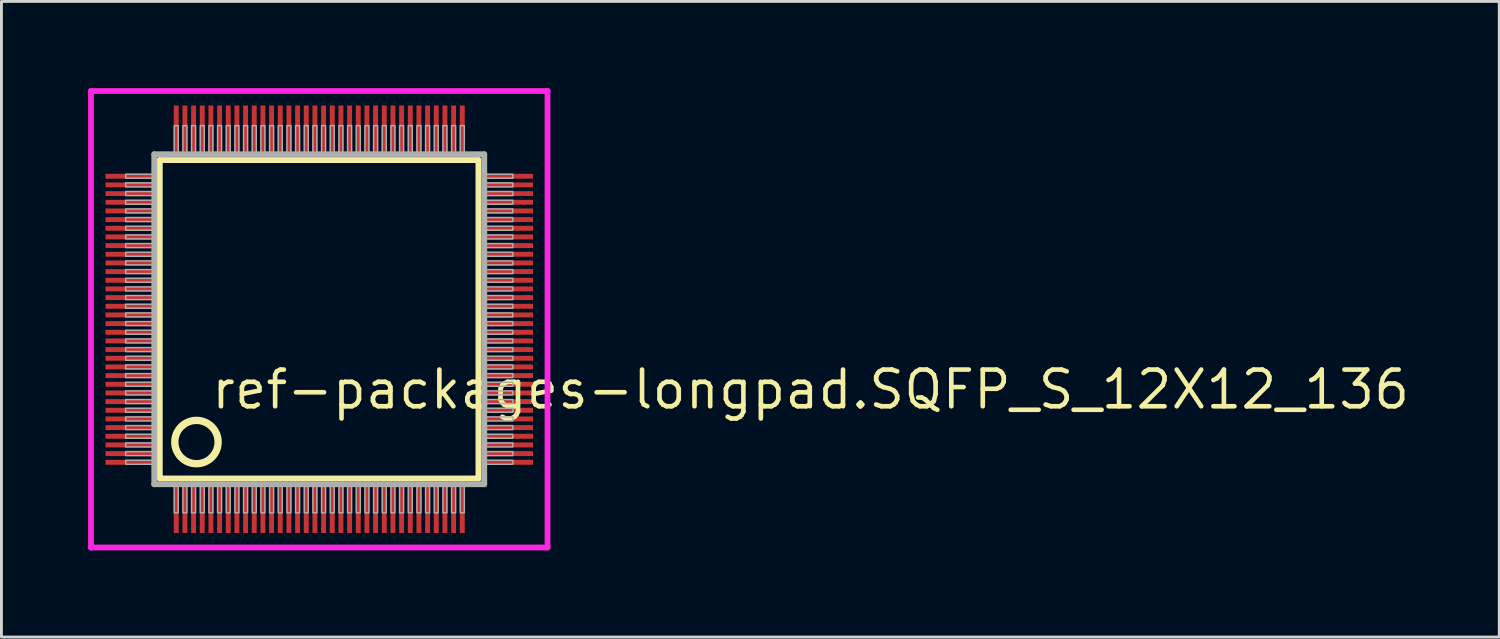
<source format=kicad_pcb>
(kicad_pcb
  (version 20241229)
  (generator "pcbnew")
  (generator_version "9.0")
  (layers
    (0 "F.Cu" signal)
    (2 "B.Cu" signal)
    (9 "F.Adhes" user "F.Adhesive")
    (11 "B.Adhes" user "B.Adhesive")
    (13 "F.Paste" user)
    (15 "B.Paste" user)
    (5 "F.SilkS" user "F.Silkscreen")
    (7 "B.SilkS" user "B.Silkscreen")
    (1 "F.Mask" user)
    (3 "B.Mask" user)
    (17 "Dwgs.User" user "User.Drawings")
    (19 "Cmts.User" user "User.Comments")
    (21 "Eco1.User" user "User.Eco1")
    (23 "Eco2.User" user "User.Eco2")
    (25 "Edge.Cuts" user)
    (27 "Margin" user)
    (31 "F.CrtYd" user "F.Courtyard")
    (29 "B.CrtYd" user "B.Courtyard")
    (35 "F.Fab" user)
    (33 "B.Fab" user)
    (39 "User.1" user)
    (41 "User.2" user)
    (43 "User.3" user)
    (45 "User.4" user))
  (footprint "ref-packages-longpad.SQFP_S_12X12_136"
    (layer "F.Cu")
    (at 8 8)
    (property "Reference" "ref-packages-longpad.SQFP_S_12X12_136" (at -3.81 3.175 0) (layer "F.SilkS") (effects (font (size 1.27 1.27) (thickness 0.16)) (justify left bottom)))
    (attr smd)
    (fp_line (start -5.52 -5.51) (end 5.51 -5.51) (stroke (width 0.203) (type default)) (layer "F.SilkS"))
    (fp_line (start -5.52 5.51) (end -5.52 -5.51) (stroke (width 0.203) (type default)) (layer "F.SilkS"))
    (fp_line (start 5.51 -5.51) (end 5.51 5.51) (stroke (width 0.203) (type default)) (layer "F.SilkS"))
    (fp_line (start 5.51 5.51) (end -5.52 5.51) (stroke (width 0.203) (type default)) (layer "F.SilkS"))
    (fp_circle (center -4.25 4.25) (end -3.5 4.25) (stroke (width 0.254) (type default)) (fill no) (layer "F.SilkS"))
    (fp_line (start -7.9 -7.9) (end 7.9 -7.9) (stroke (width 0.2) (type default)) (layer "F.CrtYd"))
    (fp_line (start -7.9 7.9) (end -7.9 -7.9) (stroke (width 0.2) (type default)) (layer "F.CrtYd"))
    (fp_line (start 7.9 -7.9) (end 7.9 7.9) (stroke (width 0.2) (type default)) (layer "F.CrtYd"))
    (fp_line (start 7.9 7.9) (end -7.9 7.9) (stroke (width 0.2) (type default)) (layer "F.CrtYd"))
    (fp_line (start -5.71 -5.71) (end -5.71 5.71) (stroke (width 0.203) (type default)) (layer "F.Fab"))
    (fp_line (start -5.71 5.71) (end 5.71 5.71) (stroke (width 0.203) (type default)) (layer "F.Fab"))
    (fp_line (start 5.71 -5.71) (end -5.71 -5.71) (stroke (width 0.203) (type default)) (layer "F.Fab"))
    (fp_line (start 5.71 5.71) (end 5.71 -5.71) (stroke (width 0.203) (type default)) (layer "F.Fab"))
    (fp_rect (start -6.7 -4.88) (end -5.75 -5.02) (stroke (width 0.05) (type default)) (fill no) (layer "F.Fab"))
    (fp_rect (start -6.7 -4.58) (end -5.75 -4.72) (stroke (width 0.05) (type default)) (fill no) (layer "F.Fab"))
    (fp_rect (start -6.7 -4.28) (end -5.75 -4.42) (stroke (width 0.05) (type default)) (fill no) (layer "F.Fab"))
    (fp_rect (start -6.7 -3.98) (end -5.75 -4.12) (stroke (width 0.05) (type default)) (fill no) (layer "F.Fab"))
    (fp_rect (start -6.7 -3.68) (end -5.75 -3.82) (stroke (width 0.05) (type default)) (fill no) (layer "F.Fab"))
    (fp_rect (start -6.7 -3.38) (end -5.75 -3.52) (stroke (width 0.05) (type default)) (fill no) (layer "F.Fab"))
    (fp_rect (start -6.7 -3.08) (end -5.75 -3.22) (stroke (width 0.05) (type default)) (fill no) (layer "F.Fab"))
    (fp_rect (start -6.7 -2.78) (end -5.75 -2.92) (stroke (width 0.05) (type default)) (fill no) (layer "F.Fab"))
    (fp_rect (start -6.7 -2.48) (end -5.75 -2.62) (stroke (width 0.05) (type default)) (fill no) (layer "F.Fab"))
    (fp_rect (start -6.7 -2.18) (end -5.75 -2.32) (stroke (width 0.05) (type default)) (fill no) (layer "F.Fab"))
    (fp_rect (start -6.7 -1.88) (end -5.75 -2.02) (stroke (width 0.05) (type default)) (fill no) (layer "F.Fab"))
    (fp_rect (start -6.7 -1.58) (end -5.75 -1.72) (stroke (width 0.05) (type default)) (fill no) (layer "F.Fab"))
    (fp_rect (start -6.7 -1.28) (end -5.75 -1.42) (stroke (width 0.05) (type default)) (fill no) (layer "F.Fab"))
    (fp_rect (start -6.7 -0.98) (end -5.75 -1.12) (stroke (width 0.05) (type default)) (fill no) (layer "F.Fab"))
    (fp_rect (start -6.7 -0.68) (end -5.75 -0.82) (stroke (width 0.05) (type default)) (fill no) (layer "F.Fab"))
    (fp_rect (start -6.7 -0.38) (end -5.75 -0.52) (stroke (width 0.05) (type default)) (fill no) (layer "F.Fab"))
    (fp_rect (start -6.7 -0.08) (end -5.75 -0.22) (stroke (width 0.05) (type default)) (fill no) (layer "F.Fab"))
    (fp_rect (start -6.7 0.22) (end -5.75 0.08) (stroke (width 0.05) (type default)) (fill no) (layer "F.Fab"))
    (fp_rect (start -6.7 0.52) (end -5.75 0.38) (stroke (width 0.05) (type default)) (fill no) (layer "F.Fab"))
    (fp_rect (start -6.7 0.82) (end -5.75 0.68) (stroke (width 0.05) (type default)) (fill no) (layer "F.Fab"))
    (fp_rect (start -6.7 1.12) (end -5.75 0.98) (stroke (width 0.05) (type default)) (fill no) (layer "F.Fab"))
    (fp_rect (start -6.7 1.42) (end -5.75 1.28) (stroke (width 0.05) (type default)) (fill no) (layer "F.Fab"))
    (fp_rect (start -6.7 1.72) (end -5.75 1.58) (stroke (width 0.05) (type default)) (fill no) (layer "F.Fab"))
    (fp_rect (start -6.7 2.02) (end -5.75 1.88) (stroke (width 0.05) (type default)) (fill no) (layer "F.Fab"))
    (fp_rect (start -6.7 2.32) (end -5.75 2.18) (stroke (width 0.05) (type default)) (fill no) (layer "F.Fab"))
    (fp_rect (start -6.7 2.62) (end -5.75 2.48) (stroke (width 0.05) (type default)) (fill no) (layer "F.Fab"))
    (fp_rect (start -6.7 2.92) (end -5.75 2.78) (stroke (width 0.05) (type default)) (fill no) (layer "F.Fab"))
    (fp_rect (start -6.7 3.22) (end -5.75 3.08) (stroke (width 0.05) (type default)) (fill no) (layer "F.Fab"))
    (fp_rect (start -6.7 3.52) (end -5.75 3.38) (stroke (width 0.05) (type default)) (fill no) (layer "F.Fab"))
    (fp_rect (start -6.7 3.82) (end -5.75 3.68) (stroke (width 0.05) (type default)) (fill no) (layer "F.Fab"))
    (fp_rect (start -6.7 4.12) (end -5.75 3.98) (stroke (width 0.05) (type default)) (fill no) (layer "F.Fab"))
    (fp_rect (start -6.7 4.42) (end -5.75 4.28) (stroke (width 0.05) (type default)) (fill no) (layer "F.Fab"))
    (fp_rect (start -6.7 4.72) (end -5.75 4.58) (stroke (width 0.05) (type default)) (fill no) (layer "F.Fab"))
    (fp_rect (start -6.7 5.02) (end -5.75 4.88) (stroke (width 0.05) (type default)) (fill no) (layer "F.Fab"))
    (fp_rect (start -5.02 -5.75) (end -4.88 -6.7) (stroke (width 0.05) (type default)) (fill no) (layer "F.Fab"))
    (fp_rect (start -5.02 6.7) (end -4.88 5.75) (stroke (width 0.05) (type default)) (fill no) (layer "F.Fab"))
    (fp_rect (start -4.72 -5.75) (end -4.58 -6.7) (stroke (width 0.05) (type default)) (fill no) (layer "F.Fab"))
    (fp_rect (start -4.72 6.7) (end -4.58 5.75) (stroke (width 0.05) (type default)) (fill no) (layer "F.Fab"))
    (fp_rect (start -4.42 -5.75) (end -4.28 -6.7) (stroke (width 0.05) (type default)) (fill no) (layer "F.Fab"))
    (fp_rect (start -4.42 6.7) (end -4.28 5.75) (stroke (width 0.05) (type default)) (fill no) (layer "F.Fab"))
    (fp_rect (start -4.12 -5.75) (end -3.98 -6.7) (stroke (width 0.05) (type default)) (fill no) (layer "F.Fab"))
    (fp_rect (start -4.12 6.7) (end -3.98 5.75) (stroke (width 0.05) (type default)) (fill no) (layer "F.Fab"))
    (fp_rect (start -3.82 -5.75) (end -3.68 -6.7) (stroke (width 0.05) (type default)) (fill no) (layer "F.Fab"))
    (fp_rect (start -3.82 6.7) (end -3.68 5.75) (stroke (width 0.05) (type default)) (fill no) (layer "F.Fab"))
    (fp_rect (start -3.52 -5.75) (end -3.38 -6.7) (stroke (width 0.05) (type default)) (fill no) (layer "F.Fab"))
    (fp_rect (start -3.52 6.7) (end -3.38 5.75) (stroke (width 0.05) (type default)) (fill no) (layer "F.Fab"))
    (fp_rect (start -3.22 -5.75) (end -3.08 -6.7) (stroke (width 0.05) (type default)) (fill no) (layer "F.Fab"))
    (fp_rect (start -3.22 6.7) (end -3.08 5.75) (stroke (width 0.05) (type default)) (fill no) (layer "F.Fab"))
    (fp_rect (start -2.92 -5.75) (end -2.78 -6.7) (stroke (width 0.05) (type default)) (fill no) (layer "F.Fab"))
    (fp_rect (start -2.92 6.7) (end -2.78 5.75) (stroke (width 0.05) (type default)) (fill no) (layer "F.Fab"))
    (fp_rect (start -2.62 -5.75) (end -2.48 -6.7) (stroke (width 0.05) (type default)) (fill no) (layer "F.Fab"))
    (fp_rect (start -2.62 6.7) (end -2.48 5.75) (stroke (width 0.05) (type default)) (fill no) (layer "F.Fab"))
    (fp_rect (start -2.32 -5.75) (end -2.18 -6.7) (stroke (width 0.05) (type default)) (fill no) (layer "F.Fab"))
    (fp_rect (start -2.32 6.7) (end -2.18 5.75) (stroke (width 0.05) (type default)) (fill no) (layer "F.Fab"))
    (fp_rect (start -2.02 -5.75) (end -1.88 -6.7) (stroke (width 0.05) (type default)) (fill no) (layer "F.Fab"))
    (fp_rect (start -2.02 6.7) (end -1.88 5.75) (stroke (width 0.05) (type default)) (fill no) (layer "F.Fab"))
    (fp_rect (start -1.72 -5.75) (end -1.58 -6.7) (stroke (width 0.05) (type default)) (fill no) (layer "F.Fab"))
    (fp_rect (start -1.72 6.7) (end -1.58 5.75) (stroke (width 0.05) (type default)) (fill no) (layer "F.Fab"))
    (fp_rect (start -1.42 -5.75) (end -1.28 -6.7) (stroke (width 0.05) (type default)) (fill no) (layer "F.Fab"))
    (fp_rect (start -1.42 6.7) (end -1.28 5.75) (stroke (width 0.05) (type default)) (fill no) (layer "F.Fab"))
    (fp_rect (start -1.12 -5.75) (end -0.98 -6.7) (stroke (width 0.05) (type default)) (fill no) (layer "F.Fab"))
    (fp_rect (start -1.12 6.7) (end -0.98 5.75) (stroke (width 0.05) (type default)) (fill no) (layer "F.Fab"))
    (fp_rect (start -0.82 -5.75) (end -0.68 -6.7) (stroke (width 0.05) (type default)) (fill no) (layer "F.Fab"))
    (fp_rect (start -0.82 6.7) (end -0.68 5.75) (stroke (width 0.05) (type default)) (fill no) (layer "F.Fab"))
    (fp_rect (start -0.52 -5.75) (end -0.38 -6.7) (stroke (width 0.05) (type default)) (fill no) (layer "F.Fab"))
    (fp_rect (start -0.52 6.7) (end -0.38 5.75) (stroke (width 0.05) (type default)) (fill no) (layer "F.Fab"))
    (fp_rect (start -0.22 -5.75) (end -0.08 -6.7) (stroke (width 0.05) (type default)) (fill no) (layer "F.Fab"))
    (fp_rect (start -0.22 6.7) (end -0.08 5.75) (stroke (width 0.05) (type default)) (fill no) (layer "F.Fab"))
    (fp_rect (start 0.08 -5.75) (end 0.22 -6.7) (stroke (width 0.05) (type default)) (fill no) (layer "F.Fab"))
    (fp_rect (start 0.08 6.7) (end 0.22 5.75) (stroke (width 0.05) (type default)) (fill no) (layer "F.Fab"))
    (fp_rect (start 0.38 -5.75) (end 0.52 -6.7) (stroke (width 0.05) (type default)) (fill no) (layer "F.Fab"))
    (fp_rect (start 0.38 6.7) (end 0.52 5.75) (stroke (width 0.05) (type default)) (fill no) (layer "F.Fab"))
    (fp_rect (start 0.68 -5.75) (end 0.82 -6.7) (stroke (width 0.05) (type default)) (fill no) (layer "F.Fab"))
    (fp_rect (start 0.68 6.7) (end 0.82 5.75) (stroke (width 0.05) (type default)) (fill no) (layer "F.Fab"))
    (fp_rect (start 0.98 -5.75) (end 1.12 -6.7) (stroke (width 0.05) (type default)) (fill no) (layer "F.Fab"))
    (fp_rect (start 0.98 6.7) (end 1.12 5.75) (stroke (width 0.05) (type default)) (fill no) (layer "F.Fab"))
    (fp_rect (start 1.28 -5.75) (end 1.42 -6.7) (stroke (width 0.05) (type default)) (fill no) (layer "F.Fab"))
    (fp_rect (start 1.28 6.7) (end 1.42 5.75) (stroke (width 0.05) (type default)) (fill no) (layer "F.Fab"))
    (fp_rect (start 1.58 -5.75) (end 1.72 -6.7) (stroke (width 0.05) (type default)) (fill no) (layer "F.Fab"))
    (fp_rect (start 1.58 6.7) (end 1.72 5.75) (stroke (width 0.05) (type default)) (fill no) (layer "F.Fab"))
    (fp_rect (start 1.88 -5.75) (end 2.02 -6.7) (stroke (width 0.05) (type default)) (fill no) (layer "F.Fab"))
    (fp_rect (start 1.88 6.7) (end 2.02 5.75) (stroke (width 0.05) (type default)) (fill no) (layer "F.Fab"))
    (fp_rect (start 2.18 -5.75) (end 2.32 -6.7) (stroke (width 0.05) (type default)) (fill no) (layer "F.Fab"))
    (fp_rect (start 2.18 6.7) (end 2.32 5.75) (stroke (width 0.05) (type default)) (fill no) (layer "F.Fab"))
    (fp_rect (start 2.48 -5.75) (end 2.62 -6.7) (stroke (width 0.05) (type default)) (fill no) (layer "F.Fab"))
    (fp_rect (start 2.48 6.7) (end 2.62 5.75) (stroke (width 0.05) (type default)) (fill no) (layer "F.Fab"))
    (fp_rect (start 2.78 -5.75) (end 2.92 -6.7) (stroke (width 0.05) (type default)) (fill no) (layer "F.Fab"))
    (fp_rect (start 2.78 6.7) (end 2.92 5.75) (stroke (width 0.05) (type default)) (fill no) (layer "F.Fab"))
    (fp_rect (start 3.08 -5.75) (end 3.22 -6.7) (stroke (width 0.05) (type default)) (fill no) (layer "F.Fab"))
    (fp_rect (start 3.08 6.7) (end 3.22 5.75) (stroke (width 0.05) (type default)) (fill no) (layer "F.Fab"))
    (fp_rect (start 3.38 -5.75) (end 3.52 -6.7) (stroke (width 0.05) (type default)) (fill no) (layer "F.Fab"))
    (fp_rect (start 3.38 6.7) (end 3.52 5.75) (stroke (width 0.05) (type default)) (fill no) (layer "F.Fab"))
    (fp_rect (start 3.68 -5.75) (end 3.82 -6.7) (stroke (width 0.05) (type default)) (fill no) (layer "F.Fab"))
    (fp_rect (start 3.68 6.7) (end 3.82 5.75) (stroke (width 0.05) (type default)) (fill no) (layer "F.Fab"))
    (fp_rect (start 3.98 -5.75) (end 4.12 -6.7) (stroke (width 0.05) (type default)) (fill no) (layer "F.Fab"))
    (fp_rect (start 3.98 6.7) (end 4.12 5.75) (stroke (width 0.05) (type default)) (fill no) (layer "F.Fab"))
    (fp_rect (start 4.28 -5.75) (end 4.42 -6.7) (stroke (width 0.05) (type default)) (fill no) (layer "F.Fab"))
    (fp_rect (start 4.28 6.7) (end 4.42 5.75) (stroke (width 0.05) (type default)) (fill no) (layer "F.Fab"))
    (fp_rect (start 4.58 -5.75) (end 4.72 -6.7) (stroke (width 0.05) (type default)) (fill no) (layer "F.Fab"))
    (fp_rect (start 4.58 6.7) (end 4.72 5.75) (stroke (width 0.05) (type default)) (fill no) (layer "F.Fab"))
    (fp_rect (start 4.88 -5.75) (end 5.02 -6.7) (stroke (width 0.05) (type default)) (fill no) (layer "F.Fab"))
    (fp_rect (start 4.88 6.7) (end 5.02 5.75) (stroke (width 0.05) (type default)) (fill no) (layer "F.Fab"))
    (fp_rect (start 5.75 -4.88) (end 6.7 -5.02) (stroke (width 0.05) (type default)) (fill no) (layer "F.Fab"))
    (fp_rect (start 5.75 -4.58) (end 6.7 -4.72) (stroke (width 0.05) (type default)) (fill no) (layer "F.Fab"))
    (fp_rect (start 5.75 -4.28) (end 6.7 -4.42) (stroke (width 0.05) (type default)) (fill no) (layer "F.Fab"))
    (fp_rect (start 5.75 -3.98) (end 6.7 -4.12) (stroke (width 0.05) (type default)) (fill no) (layer "F.Fab"))
    (fp_rect (start 5.75 -3.68) (end 6.7 -3.82) (stroke (width 0.05) (type default)) (fill no) (layer "F.Fab"))
    (fp_rect (start 5.75 -3.38) (end 6.7 -3.52) (stroke (width 0.05) (type default)) (fill no) (layer "F.Fab"))
    (fp_rect (start 5.75 -3.08) (end 6.7 -3.22) (stroke (width 0.05) (type default)) (fill no) (layer "F.Fab"))
    (fp_rect (start 5.75 -2.78) (end 6.7 -2.92) (stroke (width 0.05) (type default)) (fill no) (layer "F.Fab"))
    (fp_rect (start 5.75 -2.48) (end 6.7 -2.62) (stroke (width 0.05) (type default)) (fill no) (layer "F.Fab"))
    (fp_rect (start 5.75 -2.18) (end 6.7 -2.32) (stroke (width 0.05) (type default)) (fill no) (layer "F.Fab"))
    (fp_rect (start 5.75 -1.88) (end 6.7 -2.02) (stroke (width 0.05) (type default)) (fill no) (layer "F.Fab"))
    (fp_rect (start 5.75 -1.58) (end 6.7 -1.72) (stroke (width 0.05) (type default)) (fill no) (layer "F.Fab"))
    (fp_rect (start 5.75 -1.28) (end 6.7 -1.42) (stroke (width 0.05) (type default)) (fill no) (layer "F.Fab"))
    (fp_rect (start 5.75 -0.98) (end 6.7 -1.12) (stroke (width 0.05) (type default)) (fill no) (layer "F.Fab"))
    (fp_rect (start 5.75 -0.68) (end 6.7 -0.82) (stroke (width 0.05) (type default)) (fill no) (layer "F.Fab"))
    (fp_rect (start 5.75 -0.38) (end 6.7 -0.52) (stroke (width 0.05) (type default)) (fill no) (layer "F.Fab"))
    (fp_rect (start 5.75 -0.08) (end 6.7 -0.22) (stroke (width 0.05) (type default)) (fill no) (layer "F.Fab"))
    (fp_rect (start 5.75 0.22) (end 6.7 0.08) (stroke (width 0.05) (type default)) (fill no) (layer "F.Fab"))
    (fp_rect (start 5.75 0.52) (end 6.7 0.38) (stroke (width 0.05) (type default)) (fill no) (layer "F.Fab"))
    (fp_rect (start 5.75 0.82) (end 6.7 0.68) (stroke (width 0.05) (type default)) (fill no) (layer "F.Fab"))
    (fp_rect (start 5.75 1.12) (end 6.7 0.98) (stroke (width 0.05) (type default)) (fill no) (layer "F.Fab"))
    (fp_rect (start 5.75 1.42) (end 6.7 1.28) (stroke (width 0.05) (type default)) (fill no) (layer "F.Fab"))
    (fp_rect (start 5.75 1.72) (end 6.7 1.58) (stroke (width 0.05) (type default)) (fill no) (layer "F.Fab"))
    (fp_rect (start 5.75 2.02) (end 6.7 1.88) (stroke (width 0.05) (type default)) (fill no) (layer "F.Fab"))
    (fp_rect (start 5.75 2.32) (end 6.7 2.18) (stroke (width 0.05) (type default)) (fill no) (layer "F.Fab"))
    (fp_rect (start 5.75 2.62) (end 6.7 2.48) (stroke (width 0.05) (type default)) (fill no) (layer "F.Fab"))
    (fp_rect (start 5.75 2.92) (end 6.7 2.78) (stroke (width 0.05) (type default)) (fill no) (layer "F.Fab"))
    (fp_rect (start 5.75 3.22) (end 6.7 3.08) (stroke (width 0.05) (type default)) (fill no) (layer "F.Fab"))
    (fp_rect (start 5.75 3.52) (end 6.7 3.38) (stroke (width 0.05) (type default)) (fill no) (layer "F.Fab"))
    (fp_rect (start 5.75 3.82) (end 6.7 3.68) (stroke (width 0.05) (type default)) (fill no) (layer "F.Fab"))
    (fp_rect (start 5.75 4.12) (end 6.7 3.98) (stroke (width 0.05) (type default)) (fill no) (layer "F.Fab"))
    (fp_rect (start 5.75 4.42) (end 6.7 4.28) (stroke (width 0.05) (type default)) (fill no) (layer "F.Fab"))
    (fp_rect (start 5.75 4.72) (end 6.7 4.58) (stroke (width 0.05) (type default)) (fill no) (layer "F.Fab"))
    (fp_rect (start 5.75 5.02) (end 6.7 4.88) (stroke (width 0.05) (type default)) (fill no) (layer "F.Fab"))
    (pad "1" smd roundrect (at -4.95 6.6) (size 0.17 1.6) (layers "F.Cu" "F.Mask" "F.Paste") (roundrect_rratio 0.01))
    (pad "2" smd roundrect (at -4.65 6.6) (size 0.17 1.6) (layers "F.Cu" "F.Mask" "F.Paste") (roundrect_rratio 0.01))
    (pad "3" smd roundrect (at -4.35 6.6) (size 0.17 1.6) (layers "F.Cu" "F.Mask" "F.Paste") (roundrect_rratio 0.01))
    (pad "4" smd roundrect (at -4.05 6.6) (size 0.17 1.6) (layers "F.Cu" "F.Mask" "F.Paste") (roundrect_rratio 0.01))
    (pad "5" smd roundrect (at -3.75 6.6) (size 0.17 1.6) (layers "F.Cu" "F.Mask" "F.Paste") (roundrect_rratio 0.01))
    (pad "6" smd roundrect (at -3.45 6.6) (size 0.17 1.6) (layers "F.Cu" "F.Mask" "F.Paste") (roundrect_rratio 0.01))
    (pad "7" smd roundrect (at -3.15 6.6) (size 0.17 1.6) (layers "F.Cu" "F.Mask" "F.Paste") (roundrect_rratio 0.01))
    (pad "8" smd roundrect (at -2.85 6.6) (size 0.17 1.6) (layers "F.Cu" "F.Mask" "F.Paste") (roundrect_rratio 0.01))
    (pad "9" smd roundrect (at -2.55 6.6) (size 0.17 1.6) (layers "F.Cu" "F.Mask" "F.Paste") (roundrect_rratio 0.01))
    (pad "10" smd roundrect (at -2.25 6.6) (size 0.17 1.6) (layers "F.Cu" "F.Mask" "F.Paste") (roundrect_rratio 0.01))
    (pad "11" smd roundrect (at -1.95 6.6) (size 0.17 1.6) (layers "F.Cu" "F.Mask" "F.Paste") (roundrect_rratio 0.01))
    (pad "12" smd roundrect (at -1.65 6.6) (size 0.17 1.6) (layers "F.Cu" "F.Mask" "F.Paste") (roundrect_rratio 0.01))
    (pad "13" smd roundrect (at -1.35 6.6) (size 0.17 1.6) (layers "F.Cu" "F.Mask" "F.Paste") (roundrect_rratio 0.01))
    (pad "14" smd roundrect (at -1.05 6.6) (size 0.17 1.6) (layers "F.Cu" "F.Mask" "F.Paste") (roundrect_rratio 0.01))
    (pad "15" smd roundrect (at -0.75 6.6) (size 0.17 1.6) (layers "F.Cu" "F.Mask" "F.Paste") (roundrect_rratio 0.01))
    (pad "16" smd roundrect (at -0.45 6.6) (size 0.17 1.6) (layers "F.Cu" "F.Mask" "F.Paste") (roundrect_rratio 0.01))
    (pad "17" smd roundrect (at -0.15 6.6) (size 0.17 1.6) (layers "F.Cu" "F.Mask" "F.Paste") (roundrect_rratio 0.01))
    (pad "18" smd roundrect (at 0.15 6.6) (size 0.17 1.6) (layers "F.Cu" "F.Mask" "F.Paste") (roundrect_rratio 0.01))
    (pad "19" smd roundrect (at 0.45 6.6) (size 0.17 1.6) (layers "F.Cu" "F.Mask" "F.Paste") (roundrect_rratio 0.01))
    (pad "20" smd roundrect (at 0.75 6.6) (size 0.17 1.6) (layers "F.Cu" "F.Mask" "F.Paste") (roundrect_rratio 0.01))
    (pad "21" smd roundrect (at 1.05 6.6) (size 0.17 1.6) (layers "F.Cu" "F.Mask" "F.Paste") (roundrect_rratio 0.01))
    (pad "22" smd roundrect (at 1.35 6.6) (size 0.17 1.6) (layers "F.Cu" "F.Mask" "F.Paste") (roundrect_rratio 0.01))
    (pad "23" smd roundrect (at 1.65 6.6) (size 0.17 1.6) (layers "F.Cu" "F.Mask" "F.Paste") (roundrect_rratio 0.01))
    (pad "24" smd roundrect (at 1.95 6.6) (size 0.17 1.6) (layers "F.Cu" "F.Mask" "F.Paste") (roundrect_rratio 0.01))
    (pad "25" smd roundrect (at 2.25 6.6) (size 0.17 1.6) (layers "F.Cu" "F.Mask" "F.Paste") (roundrect_rratio 0.01))
    (pad "26" smd roundrect (at 2.55 6.6) (size 0.17 1.6) (layers "F.Cu" "F.Mask" "F.Paste") (roundrect_rratio 0.01))
    (pad "27" smd roundrect (at 2.85 6.6) (size 0.17 1.6) (layers "F.Cu" "F.Mask" "F.Paste") (roundrect_rratio 0.01))
    (pad "28" smd roundrect (at 3.15 6.6) (size 0.17 1.6) (layers "F.Cu" "F.Mask" "F.Paste") (roundrect_rratio 0.01))
    (pad "29" smd roundrect (at 3.45 6.6) (size 0.17 1.6) (layers "F.Cu" "F.Mask" "F.Paste") (roundrect_rratio 0.01))
    (pad "30" smd roundrect (at 3.75 6.6) (size 0.17 1.6) (layers "F.Cu" "F.Mask" "F.Paste") (roundrect_rratio 0.01))
    (pad "31" smd roundrect (at 4.05 6.6) (size 0.17 1.6) (layers "F.Cu" "F.Mask" "F.Paste") (roundrect_rratio 0.01))
    (pad "32" smd roundrect (at 4.35 6.6) (size 0.17 1.6) (layers "F.Cu" "F.Mask" "F.Paste") (roundrect_rratio 0.01))
    (pad "33" smd roundrect (at 4.65 6.6) (size 0.17 1.6) (layers "F.Cu" "F.Mask" "F.Paste") (roundrect_rratio 0.01))
    (pad "34" smd roundrect (at 4.95 6.6) (size 0.17 1.6) (layers "F.Cu" "F.Mask" "F.Paste") (roundrect_rratio 0.01))
    (pad "35" smd roundrect (at 6.6 4.95) (size 1.6 0.17) (layers "F.Cu" "F.Mask" "F.Paste") (roundrect_rratio 0.01))
    (pad "36" smd roundrect (at 6.6 4.65) (size 1.6 0.17) (layers "F.Cu" "F.Mask" "F.Paste") (roundrect_rratio 0.01))
    (pad "37" smd roundrect (at 6.6 4.35) (size 1.6 0.17) (layers "F.Cu" "F.Mask" "F.Paste") (roundrect_rratio 0.01))
    (pad "38" smd roundrect (at 6.6 4.05) (size 1.6 0.17) (layers "F.Cu" "F.Mask" "F.Paste") (roundrect_rratio 0.01))
    (pad "39" smd roundrect (at 6.6 3.75) (size 1.6 0.17) (layers "F.Cu" "F.Mask" "F.Paste") (roundrect_rratio 0.01))
    (pad "40" smd roundrect (at 6.6 3.45) (size 1.6 0.17) (layers "F.Cu" "F.Mask" "F.Paste") (roundrect_rratio 0.01))
    (pad "41" smd roundrect (at 6.6 3.15) (size 1.6 0.17) (layers "F.Cu" "F.Mask" "F.Paste") (roundrect_rratio 0.01))
    (pad "42" smd roundrect (at 6.6 2.85) (size 1.6 0.17) (layers "F.Cu" "F.Mask" "F.Paste") (roundrect_rratio 0.01))
    (pad "43" smd roundrect (at 6.6 2.55) (size 1.6 0.17) (layers "F.Cu" "F.Mask" "F.Paste") (roundrect_rratio 0.01))
    (pad "44" smd roundrect (at 6.6 2.25) (size 1.6 0.17) (layers "F.Cu" "F.Mask" "F.Paste") (roundrect_rratio 0.01))
    (pad "45" smd roundrect (at 6.6 1.95) (size 1.6 0.17) (layers "F.Cu" "F.Mask" "F.Paste") (roundrect_rratio 0.01))
    (pad "46" smd roundrect (at 6.6 1.65) (size 1.6 0.17) (layers "F.Cu" "F.Mask" "F.Paste") (roundrect_rratio 0.01))
    (pad "47" smd roundrect (at 6.6 1.35) (size 1.6 0.17) (layers "F.Cu" "F.Mask" "F.Paste") (roundrect_rratio 0.01))
    (pad "48" smd roundrect (at 6.6 1.05) (size 1.6 0.17) (layers "F.Cu" "F.Mask" "F.Paste") (roundrect_rratio 0.01))
    (pad "49" smd roundrect (at 6.6 0.75) (size 1.6 0.17) (layers "F.Cu" "F.Mask" "F.Paste") (roundrect_rratio 0.01))
    (pad "50" smd roundrect (at 6.6 0.45) (size 1.6 0.17) (layers "F.Cu" "F.Mask" "F.Paste") (roundrect_rratio 0.01))
    (pad "51" smd roundrect (at 6.6 0.15) (size 1.6 0.17) (layers "F.Cu" "F.Mask" "F.Paste") (roundrect_rratio 0.01))
    (pad "52" smd roundrect (at 6.6 -0.15) (size 1.6 0.17) (layers "F.Cu" "F.Mask" "F.Paste") (roundrect_rratio 0.01))
    (pad "53" smd roundrect (at 6.6 -0.45) (size 1.6 0.17) (layers "F.Cu" "F.Mask" "F.Paste") (roundrect_rratio 0.01))
    (pad "54" smd roundrect (at 6.6 -0.75) (size 1.6 0.17) (layers "F.Cu" "F.Mask" "F.Paste") (roundrect_rratio 0.01))
    (pad "55" smd roundrect (at 6.6 -1.05) (size 1.6 0.17) (layers "F.Cu" "F.Mask" "F.Paste") (roundrect_rratio 0.01))
    (pad "56" smd roundrect (at 6.6 -1.35) (size 1.6 0.17) (layers "F.Cu" "F.Mask" "F.Paste") (roundrect_rratio 0.01))
    (pad "57" smd roundrect (at 6.6 -1.65) (size 1.6 0.17) (layers "F.Cu" "F.Mask" "F.Paste") (roundrect_rratio 0.01))
    (pad "58" smd roundrect (at 6.6 -1.95) (size 1.6 0.17) (layers "F.Cu" "F.Mask" "F.Paste") (roundrect_rratio 0.01))
    (pad "59" smd roundrect (at 6.6 -2.25) (size 1.6 0.17) (layers "F.Cu" "F.Mask" "F.Paste") (roundrect_rratio 0.01))
    (pad "60" smd roundrect (at 6.6 -2.55) (size 1.6 0.17) (layers "F.Cu" "F.Mask" "F.Paste") (roundrect_rratio 0.01))
    (pad "61" smd roundrect (at 6.6 -2.85) (size 1.6 0.17) (layers "F.Cu" "F.Mask" "F.Paste") (roundrect_rratio 0.01))
    (pad "62" smd roundrect (at 6.6 -3.15) (size 1.6 0.17) (layers "F.Cu" "F.Mask" "F.Paste") (roundrect_rratio 0.01))
    (pad "63" smd roundrect (at 6.6 -3.45) (size 1.6 0.17) (layers "F.Cu" "F.Mask" "F.Paste") (roundrect_rratio 0.01))
    (pad "64" smd roundrect (at 6.6 -3.75) (size 1.6 0.17) (layers "F.Cu" "F.Mask" "F.Paste") (roundrect_rratio 0.01))
    (pad "65" smd roundrect (at 6.6 -4.05) (size 1.6 0.17) (layers "F.Cu" "F.Mask" "F.Paste") (roundrect_rratio 0.01))
    (pad "66" smd roundrect (at 6.6 -4.35) (size 1.6 0.17) (layers "F.Cu" "F.Mask" "F.Paste") (roundrect_rratio 0.01))
    (pad "67" smd roundrect (at 6.6 -4.65) (size 1.6 0.17) (layers "F.Cu" "F.Mask" "F.Paste") (roundrect_rratio 0.01))
    (pad "68" smd roundrect (at 6.6 -4.95) (size 1.6 0.17) (layers "F.Cu" "F.Mask" "F.Paste") (roundrect_rratio 0.01))
    (pad "69" smd roundrect (at 4.95 -6.6) (size 0.17 1.6) (layers "F.Cu" "F.Mask" "F.Paste") (roundrect_rratio 0.01))
    (pad "70" smd roundrect (at 4.65 -6.6) (size 0.17 1.6) (layers "F.Cu" "F.Mask" "F.Paste") (roundrect_rratio 0.01))
    (pad "71" smd roundrect (at 4.35 -6.6) (size 0.17 1.6) (layers "F.Cu" "F.Mask" "F.Paste") (roundrect_rratio 0.01))
    (pad "72" smd roundrect (at 4.05 -6.6) (size 0.17 1.6) (layers "F.Cu" "F.Mask" "F.Paste") (roundrect_rratio 0.01))
    (pad "73" smd roundrect (at 3.75 -6.6) (size 0.17 1.6) (layers "F.Cu" "F.Mask" "F.Paste") (roundrect_rratio 0.01))
    (pad "74" smd roundrect (at 3.45 -6.6) (size 0.17 1.6) (layers "F.Cu" "F.Mask" "F.Paste") (roundrect_rratio 0.01))
    (pad "75" smd roundrect (at 3.15 -6.6) (size 0.17 1.6) (layers "F.Cu" "F.Mask" "F.Paste") (roundrect_rratio 0.01))
    (pad "76" smd roundrect (at 2.85 -6.6) (size 0.17 1.6) (layers "F.Cu" "F.Mask" "F.Paste") (roundrect_rratio 0.01))
    (pad "77" smd roundrect (at 2.55 -6.6) (size 0.17 1.6) (layers "F.Cu" "F.Mask" "F.Paste") (roundrect_rratio 0.01))
    (pad "78" smd roundrect (at 2.25 -6.6) (size 0.17 1.6) (layers "F.Cu" "F.Mask" "F.Paste") (roundrect_rratio 0.01))
    (pad "79" smd roundrect (at 1.95 -6.6) (size 0.17 1.6) (layers "F.Cu" "F.Mask" "F.Paste") (roundrect_rratio 0.01))
    (pad "80" smd roundrect (at 1.65 -6.6) (size 0.17 1.6) (layers "F.Cu" "F.Mask" "F.Paste") (roundrect_rratio 0.01))
    (pad "81" smd roundrect (at 1.35 -6.6) (size 0.17 1.6) (layers "F.Cu" "F.Mask" "F.Paste") (roundrect_rratio 0.01))
    (pad "82" smd roundrect (at 1.05 -6.6) (size 0.17 1.6) (layers "F.Cu" "F.Mask" "F.Paste") (roundrect_rratio 0.01))
    (pad "83" smd roundrect (at 0.75 -6.6) (size 0.17 1.6) (layers "F.Cu" "F.Mask" "F.Paste") (roundrect_rratio 0.01))
    (pad "84" smd roundrect (at 0.45 -6.6) (size 0.17 1.6) (layers "F.Cu" "F.Mask" "F.Paste") (roundrect_rratio 0.01))
    (pad "85" smd roundrect (at 0.15 -6.6) (size 0.17 1.6) (layers "F.Cu" "F.Mask" "F.Paste") (roundrect_rratio 0.01))
    (pad "86" smd roundrect (at -0.15 -6.6) (size 0.17 1.6) (layers "F.Cu" "F.Mask" "F.Paste") (roundrect_rratio 0.01))
    (pad "87" smd roundrect (at -0.45 -6.6) (size 0.17 1.6) (layers "F.Cu" "F.Mask" "F.Paste") (roundrect_rratio 0.01))
    (pad "88" smd roundrect (at -0.75 -6.6) (size 0.17 1.6) (layers "F.Cu" "F.Mask" "F.Paste") (roundrect_rratio 0.01))
    (pad "89" smd roundrect (at -1.05 -6.6) (size 0.17 1.6) (layers "F.Cu" "F.Mask" "F.Paste") (roundrect_rratio 0.01))
    (pad "90" smd roundrect (at -1.35 -6.6) (size 0.17 1.6) (layers "F.Cu" "F.Mask" "F.Paste") (roundrect_rratio 0.01))
    (pad "91" smd roundrect (at -1.65 -6.6) (size 0.17 1.6) (layers "F.Cu" "F.Mask" "F.Paste") (roundrect_rratio 0.01))
    (pad "92" smd roundrect (at -1.95 -6.6) (size 0.17 1.6) (layers "F.Cu" "F.Mask" "F.Paste") (roundrect_rratio 0.01))
    (pad "93" smd roundrect (at -2.25 -6.6) (size 0.17 1.6) (layers "F.Cu" "F.Mask" "F.Paste") (roundrect_rratio 0.01))
    (pad "94" smd roundrect (at -2.55 -6.6) (size 0.17 1.6) (layers "F.Cu" "F.Mask" "F.Paste") (roundrect_rratio 0.01))
    (pad "95" smd roundrect (at -2.85 -6.6) (size 0.17 1.6) (layers "F.Cu" "F.Mask" "F.Paste") (roundrect_rratio 0.01))
    (pad "96" smd roundrect (at -3.15 -6.6) (size 0.17 1.6) (layers "F.Cu" "F.Mask" "F.Paste") (roundrect_rratio 0.01))
    (pad "97" smd roundrect (at -3.45 -6.6) (size 0.17 1.6) (layers "F.Cu" "F.Mask" "F.Paste") (roundrect_rratio 0.01))
    (pad "98" smd roundrect (at -3.75 -6.6) (size 0.17 1.6) (layers "F.Cu" "F.Mask" "F.Paste") (roundrect_rratio 0.01))
    (pad "99" smd roundrect (at -4.05 -6.6) (size 0.17 1.6) (layers "F.Cu" "F.Mask" "F.Paste") (roundrect_rratio 0.01))
    (pad "100" smd roundrect (at -4.35 -6.6) (size 0.17 1.6) (layers "F.Cu" "F.Mask" "F.Paste") (roundrect_rratio 0.01))
    (pad "101" smd roundrect (at -4.65 -6.6) (size 0.17 1.6) (layers "F.Cu" "F.Mask" "F.Paste") (roundrect_rratio 0.01))
    (pad "102" smd roundrect (at -4.95 -6.6) (size 0.17 1.6) (layers "F.Cu" "F.Mask" "F.Paste") (roundrect_rratio 0.01))
    (pad "103" smd roundrect (at -6.6 -4.95) (size 1.6 0.17) (layers "F.Cu" "F.Mask" "F.Paste") (roundrect_rratio 0.01))
    (pad "104" smd roundrect (at -6.6 -4.65) (size 1.6 0.17) (layers "F.Cu" "F.Mask" "F.Paste") (roundrect_rratio 0.01))
    (pad "105" smd roundrect (at -6.6 -4.35) (size 1.6 0.17) (layers "F.Cu" "F.Mask" "F.Paste") (roundrect_rratio 0.01))
    (pad "106" smd roundrect (at -6.6 -4.05) (size 1.6 0.17) (layers "F.Cu" "F.Mask" "F.Paste") (roundrect_rratio 0.01))
    (pad "107" smd roundrect (at -6.6 -3.75) (size 1.6 0.17) (layers "F.Cu" "F.Mask" "F.Paste") (roundrect_rratio 0.01))
    (pad "108" smd roundrect (at -6.6 -3.45) (size 1.6 0.17) (layers "F.Cu" "F.Mask" "F.Paste") (roundrect_rratio 0.01))
    (pad "109" smd roundrect (at -6.6 -3.15) (size 1.6 0.17) (layers "F.Cu" "F.Mask" "F.Paste") (roundrect_rratio 0.01))
    (pad "110" smd roundrect (at -6.6 -2.85) (size 1.6 0.17) (layers "F.Cu" "F.Mask" "F.Paste") (roundrect_rratio 0.01))
    (pad "111" smd roundrect (at -6.6 -2.55) (size 1.6 0.17) (layers "F.Cu" "F.Mask" "F.Paste") (roundrect_rratio 0.01))
    (pad "112" smd roundrect (at -6.6 -2.25) (size 1.6 0.17) (layers "F.Cu" "F.Mask" "F.Paste") (roundrect_rratio 0.01))
    (pad "113" smd roundrect (at -6.6 -1.95) (size 1.6 0.17) (layers "F.Cu" "F.Mask" "F.Paste") (roundrect_rratio 0.01))
    (pad "114" smd roundrect (at -6.6 -1.65) (size 1.6 0.17) (layers "F.Cu" "F.Mask" "F.Paste") (roundrect_rratio 0.01))
    (pad "115" smd roundrect (at -6.6 -1.35) (size 1.6 0.17) (layers "F.Cu" "F.Mask" "F.Paste") (roundrect_rratio 0.01))
    (pad "116" smd roundrect (at -6.6 -1.05) (size 1.6 0.17) (layers "F.Cu" "F.Mask" "F.Paste") (roundrect_rratio 0.01))
    (pad "117" smd roundrect (at -6.6 -0.75) (size 1.6 0.17) (layers "F.Cu" "F.Mask" "F.Paste") (roundrect_rratio 0.01))
    (pad "118" smd roundrect (at -6.6 -0.45) (size 1.6 0.17) (layers "F.Cu" "F.Mask" "F.Paste") (roundrect_rratio 0.01))
    (pad "119" smd roundrect (at -6.6 -0.15) (size 1.6 0.17) (layers "F.Cu" "F.Mask" "F.Paste") (roundrect_rratio 0.01))
    (pad "120" smd roundrect (at -6.6 0.15) (size 1.6 0.17) (layers "F.Cu" "F.Mask" "F.Paste") (roundrect_rratio 0.01))
    (pad "121" smd roundrect (at -6.6 0.45) (size 1.6 0.17) (layers "F.Cu" "F.Mask" "F.Paste") (roundrect_rratio 0.01))
    (pad "122" smd roundrect (at -6.6 0.75) (size 1.6 0.17) (layers "F.Cu" "F.Mask" "F.Paste") (roundrect_rratio 0.01))
    (pad "123" smd roundrect (at -6.6 1.05) (size 1.6 0.17) (layers "F.Cu" "F.Mask" "F.Paste") (roundrect_rratio 0.01))
    (pad "124" smd roundrect (at -6.6 1.35) (size 1.6 0.17) (layers "F.Cu" "F.Mask" "F.Paste") (roundrect_rratio 0.01))
    (pad "125" smd roundrect (at -6.6 1.65) (size 1.6 0.17) (layers "F.Cu" "F.Mask" "F.Paste") (roundrect_rratio 0.01))
    (pad "126" smd roundrect (at -6.6 1.95) (size 1.6 0.17) (layers "F.Cu" "F.Mask" "F.Paste") (roundrect_rratio 0.01))
    (pad "127" smd roundrect (at -6.6 2.25) (size 1.6 0.17) (layers "F.Cu" "F.Mask" "F.Paste") (roundrect_rratio 0.01))
    (pad "128" smd roundrect (at -6.6 2.55) (size 1.6 0.17) (layers "F.Cu" "F.Mask" "F.Paste") (roundrect_rratio 0.01))
    (pad "129" smd roundrect (at -6.6 2.85) (size 1.6 0.17) (layers "F.Cu" "F.Mask" "F.Paste") (roundrect_rratio 0.01))
    (pad "130" smd roundrect (at -6.6 3.15) (size 1.6 0.17) (layers "F.Cu" "F.Mask" "F.Paste") (roundrect_rratio 0.01))
    (pad "131" smd roundrect (at -6.6 3.45) (size 1.6 0.17) (layers "F.Cu" "F.Mask" "F.Paste") (roundrect_rratio 0.01))
    (pad "132" smd roundrect (at -6.6 3.75) (size 1.6 0.17) (layers "F.Cu" "F.Mask" "F.Paste") (roundrect_rratio 0.01))
    (pad "133" smd roundrect (at -6.6 4.05) (size 1.6 0.17) (layers "F.Cu" "F.Mask" "F.Paste") (roundrect_rratio 0.01))
    (pad "134" smd roundrect (at -6.6 4.35) (size 1.6 0.17) (layers "F.Cu" "F.Mask" "F.Paste") (roundrect_rratio 0.01))
    (pad "135" smd roundrect (at -6.6 4.65) (size 1.6 0.17) (layers "F.Cu" "F.Mask" "F.Paste") (roundrect_rratio 0.01))
    (pad "136" smd roundrect (at -6.6 4.95) (size 1.6 0.17) (layers "F.Cu" "F.Mask" "F.Paste") (roundrect_rratio 0.01)))
  (gr_rect
    (start -3 -3)
    (end 48.842 19)
    (stroke (width 0.1) (type default))
    (fill no)
    (layer "Edge.Cuts")))
</source>
